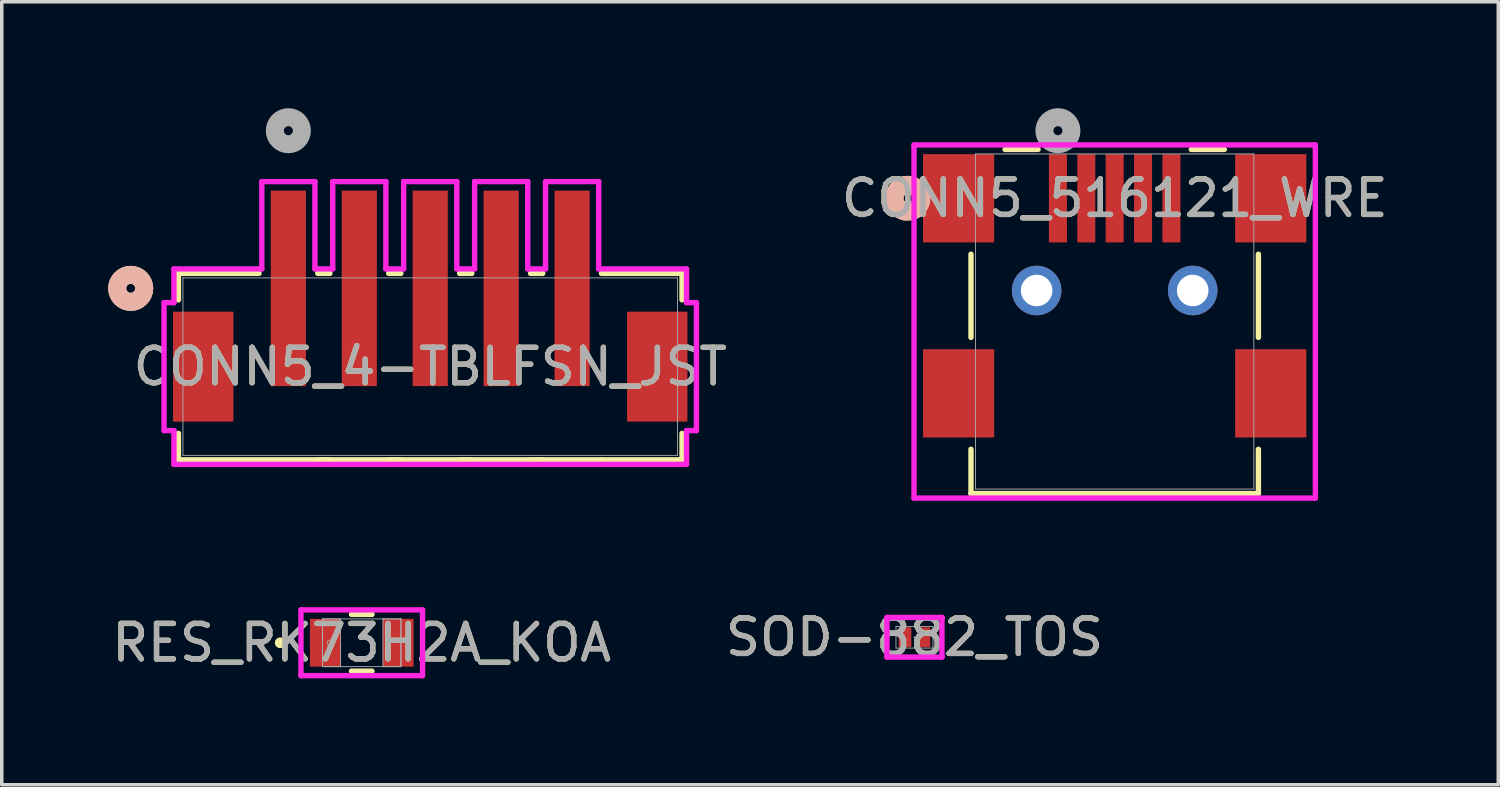
<source format=kicad_pcb>
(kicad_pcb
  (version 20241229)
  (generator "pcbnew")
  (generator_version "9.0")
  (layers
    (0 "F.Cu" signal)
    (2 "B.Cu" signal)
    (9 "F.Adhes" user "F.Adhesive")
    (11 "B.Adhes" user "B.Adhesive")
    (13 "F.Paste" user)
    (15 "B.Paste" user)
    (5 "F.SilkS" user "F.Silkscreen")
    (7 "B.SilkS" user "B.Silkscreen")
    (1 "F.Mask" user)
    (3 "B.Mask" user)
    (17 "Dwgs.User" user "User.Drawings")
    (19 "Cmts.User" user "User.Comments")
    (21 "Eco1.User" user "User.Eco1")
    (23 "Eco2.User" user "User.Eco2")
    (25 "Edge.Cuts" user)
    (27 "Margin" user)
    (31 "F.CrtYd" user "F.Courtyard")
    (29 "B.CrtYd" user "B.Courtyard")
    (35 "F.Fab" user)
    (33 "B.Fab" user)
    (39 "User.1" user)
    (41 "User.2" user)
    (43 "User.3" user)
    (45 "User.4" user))
  (footprint "CONN5_4-TBLFSN_JST"
    (layer "F.Cu")
    (at 5.08 5.08)
    (property "Reference" "CONN5_4-TBLFSN_JST" (at 4 2.207 0) (unlocked yes) (layer "F.SilkS") (effects (font (size 1 1) (thickness 0.15))))
    (attr smd)
    (fp_line (start -3.099 -0.422) (end -3.099 0.324) (stroke (width 0.152) (type solid)) (layer "F.SilkS"))
    (fp_line (start -3.099 4.089) (end -3.099 4.835) (stroke (width 0.152) (type solid)) (layer "F.SilkS"))
    (fp_line (start -3.099 4.835) (end 8.828 4.835) (stroke (width 0.152) (type solid)) (layer "F.SilkS"))
    (fp_line (start -0.828 -0.422) (end -3.099 -0.422) (stroke (width 0.152) (type solid)) (layer "F.SilkS"))
    (fp_line (start 0.828 4.835) (end 1.172 4.835) (stroke (width 0.152) (type solid)) (layer "F.SilkS"))
    (fp_line (start 1.172 -0.422) (end 0.828 -0.422) (stroke (width 0.152) (type solid)) (layer "F.SilkS"))
    (fp_line (start 2.828 4.835) (end 3.172 4.835) (stroke (width 0.152) (type solid)) (layer "F.SilkS"))
    (fp_line (start 3.172 -0.422) (end 2.828 -0.422) (stroke (width 0.152) (type solid)) (layer "F.SilkS"))
    (fp_line (start 4.828 4.835) (end 5.172 4.835) (stroke (width 0.152) (type solid)) (layer "F.SilkS"))
    (fp_line (start 5.172 -0.422) (end 4.828 -0.422) (stroke (width 0.152) (type solid)) (layer "F.SilkS"))
    (fp_line (start 6.828 4.835) (end 7.172 4.835) (stroke (width 0.152) (type solid)) (layer "F.SilkS"))
    (fp_line (start 7.172 -0.422) (end 6.828 -0.422) (stroke (width 0.152) (type solid)) (layer "F.SilkS"))
    (fp_line (start 8.828 4.835) (end 11.099 4.835) (stroke (width 0.152) (type solid)) (layer "F.SilkS"))
    (fp_line (start 11.099 -0.422) (end 8.828 -0.422) (stroke (width 0.152) (type solid)) (layer "F.SilkS"))
    (fp_line (start 11.099 0.324) (end 11.099 -0.422) (stroke (width 0.152) (type solid)) (layer "F.SilkS"))
    (fp_line (start 11.099 4.835) (end 11.099 4.089) (stroke (width 0.152) (type solid)) (layer "F.SilkS"))
    (fp_circle (center -4.445 0) (end -4.064 0) (stroke (width 0.508) (type solid)) (fill no) (layer "F.SilkS"))
    (fp_circle (center -4.445 0) (end -4.064 0) (stroke (width 0.508) (type solid)) (fill no) (layer "B.SilkS"))
    (fp_line (start -3.505 0.403) (end -3.505 4.01) (stroke (width 0.152) (type solid)) (layer "F.CrtYd"))
    (fp_line (start -3.505 4.01) (end -3.226 4.01) (stroke (width 0.152) (type solid)) (layer "F.CrtYd"))
    (fp_line (start -3.226 -0.549) (end -3.226 0.403) (stroke (width 0.152) (type solid)) (layer "F.CrtYd"))
    (fp_line (start -3.226 0.403) (end -3.505 0.403) (stroke (width 0.152) (type solid)) (layer "F.CrtYd"))
    (fp_line (start -3.226 4.01) (end -3.226 4.962) (stroke (width 0.152) (type solid)) (layer "F.CrtYd"))
    (fp_line (start -3.226 4.962) (end 11.226 4.962) (stroke (width 0.152) (type solid)) (layer "F.CrtYd"))
    (fp_line (start -0.749 -3.01) (end -0.749 -0.549) (stroke (width 0.152) (type solid)) (layer "F.CrtYd"))
    (fp_line (start -0.749 -0.549) (end -3.226 -0.549) (stroke (width 0.152) (type solid)) (layer "F.CrtYd"))
    (fp_line (start 0.749 -3.01) (end -0.749 -3.01) (stroke (width 0.152) (type solid)) (layer "F.CrtYd"))
    (fp_line (start 0.749 -0.549) (end 0.749 -3.01) (stroke (width 0.152) (type solid)) (layer "F.CrtYd"))
    (fp_line (start 1.251 -3.01) (end 1.251 -0.549) (stroke (width 0.152) (type solid)) (layer "F.CrtYd"))
    (fp_line (start 1.251 -0.549) (end 0.749 -0.549) (stroke (width 0.152) (type solid)) (layer "F.CrtYd"))
    (fp_line (start 2.749 -3.01) (end 1.251 -3.01) (stroke (width 0.152) (type solid)) (layer "F.CrtYd"))
    (fp_line (start 2.749 -0.549) (end 2.749 -3.01) (stroke (width 0.152) (type solid)) (layer "F.CrtYd"))
    (fp_line (start 3.251 -3.01) (end 3.251 -0.549) (stroke (width 0.152) (type solid)) (layer "F.CrtYd"))
    (fp_line (start 3.251 -0.549) (end 2.749 -0.549) (stroke (width 0.152) (type solid)) (layer "F.CrtYd"))
    (fp_line (start 4.749 -3.01) (end 3.251 -3.01) (stroke (width 0.152) (type solid)) (layer "F.CrtYd"))
    (fp_line (start 4.749 -0.549) (end 4.749 -3.01) (stroke (width 0.152) (type solid)) (layer "F.CrtYd"))
    (fp_line (start 5.251 -3.01) (end 5.251 -0.549) (stroke (width 0.152) (type solid)) (layer "F.CrtYd"))
    (fp_line (start 5.251 -0.549) (end 4.749 -0.549) (stroke (width 0.152) (type solid)) (layer "F.CrtYd"))
    (fp_line (start 6.749 -3.01) (end 5.251 -3.01) (stroke (width 0.152) (type solid)) (layer "F.CrtYd"))
    (fp_line (start 6.749 -0.549) (end 6.749 -3.01) (stroke (width 0.152) (type solid)) (layer "F.CrtYd"))
    (fp_line (start 7.251 -3.01) (end 7.251 -0.549) (stroke (width 0.152) (type solid)) (layer "F.CrtYd"))
    (fp_line (start 7.251 -0.549) (end 6.749 -0.549) (stroke (width 0.152) (type solid)) (layer "F.CrtYd"))
    (fp_line (start 8.749 -3.01) (end 7.251 -3.01) (stroke (width 0.152) (type solid)) (layer "F.CrtYd"))
    (fp_line (start 8.749 -0.549) (end 8.749 -3.01) (stroke (width 0.152) (type solid)) (layer "F.CrtYd"))
    (fp_line (start 11.226 -0.549) (end 8.749 -0.549) (stroke (width 0.152) (type solid)) (layer "F.CrtYd"))
    (fp_line (start 11.226 0.403) (end 11.226 -0.549) (stroke (width 0.152) (type solid)) (layer "F.CrtYd"))
    (fp_line (start 11.226 4.01) (end 11.505 4.01) (stroke (width 0.152) (type solid)) (layer "F.CrtYd"))
    (fp_line (start 11.226 4.962) (end 11.226 4.01) (stroke (width 0.152) (type solid)) (layer "F.CrtYd"))
    (fp_line (start 11.505 0.403) (end 11.226 0.403) (stroke (width 0.152) (type solid)) (layer "F.CrtYd"))
    (fp_line (start 11.505 4.01) (end 11.505 0.403) (stroke (width 0.152) (type solid)) (layer "F.CrtYd"))
    (fp_line (start -2.972 -0.295) (end -2.972 4.708) (stroke (width 0.025) (type solid)) (layer "F.Fab"))
    (fp_line (start -2.972 4.708) (end 10.972 4.708) (stroke (width 0.025) (type solid)) (layer "F.Fab"))
    (fp_line (start 10.972 -0.295) (end -2.972 -0.295) (stroke (width 0.025) (type solid)) (layer "F.Fab"))
    (fp_line (start 10.972 4.708) (end 10.972 -0.295) (stroke (width 0.025) (type solid)) (layer "F.Fab"))
    (fp_circle (center 0 -4.445) (end 0.381 -4.445) (stroke (width 0.508) (type solid)) (fill no) (layer "F.Fab"))
    (fp_text user "${REFERENCE}" (at 4 2.207 0) (unlocked yes) (layer "F.Fab") (effects (font (size 1 1) (thickness 0.15))))
    (pad "1" smd rect (at 0 0) (size 0.991 5.512) (layers "F.Cu" "F.Mask" "F.Paste"))
    (pad "2" smd rect (at 2 0) (size 0.991 5.512) (layers "F.Cu" "F.Mask" "F.Paste"))
    (pad "3" smd rect (at 4 0) (size 0.991 5.512) (layers "F.Cu" "F.Mask" "F.Paste"))
    (pad "4" smd rect (at 6 0) (size 0.991 5.512) (layers "F.Cu" "F.Mask" "F.Paste"))
    (pad "5" smd rect (at 8 0) (size 0.991 5.512) (layers "F.Cu" "F.Mask" "F.Paste"))
    (pad "6" smd rect (at -2.4 2.207 90) (size 3.099 1.702) (layers "F.Cu" "F.Mask" "F.Paste"))
    (pad "7" smd rect (at 10.4 2.207 90) (size 3.099 1.702) (layers "F.Cu" "F.Mask" "F.Paste")))
  (footprint "SOD-882_TOS"
    (layer "F.Cu")
    (at 22.732 14.917)
    (property "Reference" "SOD-882_TOS" (at 0 0 0) (unlocked yes) (layer "F.SilkS") (effects (font (size 1 1) (thickness 0.15))))
    (attr smd)
    (fp_line (start -0.775 -0.559) (end 0.775 -0.559) (stroke (width 0.152) (type solid)) (layer "F.CrtYd"))
    (fp_line (start -0.775 -0.533) (end -0.775 -0.559) (stroke (width 0.152) (type solid)) (layer "F.CrtYd"))
    (fp_line (start -0.775 -0.533) (end -0.775 -0.533) (stroke (width 0.152) (type solid)) (layer "F.CrtYd"))
    (fp_line (start -0.775 0.533) (end -0.775 -0.533) (stroke (width 0.152) (type solid)) (layer "F.CrtYd"))
    (fp_line (start -0.775 0.533) (end -0.775 0.533) (stroke (width 0.152) (type solid)) (layer "F.CrtYd"))
    (fp_line (start -0.775 0.559) (end -0.775 0.533) (stroke (width 0.152) (type solid)) (layer "F.CrtYd"))
    (fp_line (start 0.775 -0.559) (end 0.775 -0.533) (stroke (width 0.152) (type solid)) (layer "F.CrtYd"))
    (fp_line (start 0.775 -0.533) (end 0.775 -0.533) (stroke (width 0.152) (type solid)) (layer "F.CrtYd"))
    (fp_line (start 0.775 -0.533) (end 0.775 0.533) (stroke (width 0.152) (type solid)) (layer "F.CrtYd"))
    (fp_line (start 0.775 0.533) (end 0.775 0.533) (stroke (width 0.152) (type solid)) (layer "F.CrtYd"))
    (fp_line (start 0.775 0.533) (end 0.775 0.559) (stroke (width 0.152) (type solid)) (layer "F.CrtYd"))
    (fp_line (start 0.775 0.559) (end -0.775 0.559) (stroke (width 0.152) (type solid)) (layer "F.CrtYd"))
    (fp_line (start -0.521 -0.305) (end -0.521 0.305) (stroke (width 0.025) (type solid)) (layer "F.Fab"))
    (fp_line (start -0.521 0.305) (end 0.521 0.305) (stroke (width 0.025) (type solid)) (layer "F.Fab"))
    (fp_line (start 0.521 -0.305) (end -0.521 -0.305) (stroke (width 0.025) (type solid)) (layer "F.Fab"))
    (fp_line (start 0.521 0.305) (end 0.521 -0.305) (stroke (width 0.025) (type solid)) (layer "F.Fab"))
    (fp_circle (center 0 0) (end 0 0) (stroke (width 0.025) (type solid)) (fill no) (layer "F.Fab"))
    (fp_text user "${REFERENCE}" (at 0 0 0) (unlocked yes) (layer "F.Fab") (effects (font (size 1 1) (thickness 0.15))))
    (pad "1" smd rect (at -0.267 0) (size 0.356 0.559) (layers "F.Cu" "F.Mask" "F.Paste"))
    (pad "2" smd rect (at 0.267 0) (size 0.356 0.559) (layers "F.Cu" "F.Mask" "F.Paste")))
  (footprint "CONN5_516121_WRE"
    (layer "F.Cu")
    (at 26.777 2.54)
    (property "Reference" "CONN5_516121_WRE" (at 1.6 0 0) (unlocked yes) (layer "F.SilkS") (effects (font (size 1 1) (thickness 0.15))))
    (attr smd)
    (fp_line (start -2.451 1.577) (end -2.451 3.923) (stroke (width 0.152) (type solid)) (layer "F.SilkS"))
    (fp_line (start -2.451 7.077) (end -2.451 8.326) (stroke (width 0.152) (type solid)) (layer "F.SilkS"))
    (fp_line (start -2.451 8.326) (end 5.652 8.326) (stroke (width 0.152) (type solid)) (layer "F.SilkS"))
    (fp_line (start -0.559 -1.377) (end -1.491 -1.377) (stroke (width 0.152) (type solid)) (layer "F.SilkS"))
    (fp_line (start 4.692 -1.377) (end 3.76 -1.377) (stroke (width 0.152) (type solid)) (layer "F.SilkS"))
    (fp_line (start 5.652 3.923) (end 5.652 1.577) (stroke (width 0.152) (type solid)) (layer "F.SilkS"))
    (fp_line (start 5.652 8.326) (end 5.652 7.077) (stroke (width 0.152) (type solid)) (layer "F.SilkS"))
    (fp_arc (start -4.313638 0.371503) (mid -4.6101 0) (end -4.313639 -0.371503) (stroke (width 0.508) (type solid)) (layer "F.SilkS"))
    (fp_circle (center -4.229 0) (end -3.848 0) (stroke (width 0.508) (type solid)) (fill no) (layer "B.SilkS"))
    (fp_line (start -4.057 -1.504) (end -4.057 8.453) (stroke (width 0.152) (type solid)) (layer "F.CrtYd"))
    (fp_line (start -4.057 8.453) (end 7.258 8.453) (stroke (width 0.152) (type solid)) (layer "F.CrtYd"))
    (fp_line (start 7.258 -1.504) (end -4.057 -1.504) (stroke (width 0.152) (type solid)) (layer "F.CrtYd"))
    (fp_line (start 7.258 8.453) (end 7.258 -1.504) (stroke (width 0.152) (type solid)) (layer "F.CrtYd"))
    (fp_line (start -2.324 -1.25) (end -2.324 8.199) (stroke (width 0.025) (type solid)) (layer "F.Fab"))
    (fp_line (start -2.324 8.199) (end 5.524 8.199) (stroke (width 0.025) (type solid)) (layer "F.Fab"))
    (fp_line (start 5.524 -1.25) (end -2.324 -1.25) (stroke (width 0.025) (type solid)) (layer "F.Fab"))
    (fp_line (start 5.524 8.199) (end 5.524 -1.25) (stroke (width 0.025) (type solid)) (layer "F.Fab"))
    (fp_circle (center 0 -1.905) (end 0.381 -1.905) (stroke (width 0.508) (type solid)) (fill no) (layer "F.Fab"))
    (fp_text user "${REFERENCE}" (at 1.6 0 0) (unlocked yes) (layer "F.Fab") (effects (font (size 1 1) (thickness 0.15))))
    (pad "1" smd rect (at 0 0) (size 0.508 2.489) (layers "F.Cu" "F.Mask" "F.Paste"))
    (pad "2" smd rect (at 0.8 0) (size 0.508 2.489) (layers "F.Cu" "F.Mask" "F.Paste"))
    (pad "3" smd rect (at 1.6 0) (size 0.508 2.489) (layers "F.Cu" "F.Mask" "F.Paste"))
    (pad "4" smd rect (at 2.4 0) (size 0.508 2.489) (layers "F.Cu" "F.Mask" "F.Paste"))
    (pad "5" smd rect (at 3.2 0) (size 0.508 2.489) (layers "F.Cu" "F.Mask" "F.Paste"))
    (pad "6" smd rect (at -2.8 0) (size 2.007 2.489) (layers "F.Cu" "F.Mask" "F.Paste"))
    (pad "7" smd rect (at 6 0) (size 2.007 2.489) (layers "F.Cu" "F.Mask" "F.Paste"))
    (pad "8" smd rect (at -2.8 5.5) (size 2.007 2.489) (layers "F.Cu" "F.Mask" "F.Paste"))
    (pad "9" smd rect (at 6 5.5) (size 2.007 2.489) (layers "F.Cu" "F.Mask" "F.Paste"))
    (pad "10" thru_hole circle (at -0.6 2.6) (size 1.397 1.397) (drill 0.889) (layers "*.Cu" "*.Mask"))
    (pad "11" thru_hole circle (at 3.8 2.6) (size 1.397 1.397) (drill 0.889) (layers "*.Cu" "*.Mask")))
  (footprint "RES_RK73H2A_KOA"
    (layer "F.Cu")
    (at 7.149 15.072)
    (property "Reference" "RES_RK73H2A_KOA" (at 0 0 0) (unlocked yes) (layer "F.SilkS") (effects (font (size 1 1) (thickness 0.15))))
    (attr smd)
    (fp_line (start -0.289 0.8) (end 0.289 0.8) (stroke (width 0.152) (type solid)) (layer "F.SilkS"))
    (fp_line (start 0.289 -0.8) (end -0.289 -0.8) (stroke (width 0.152) (type solid)) (layer "F.SilkS"))
    (fp_circle (center -2.299 0) (end -2.223 0) (stroke (width 0.152) (type solid)) (fill no) (layer "F.SilkS"))
    (fp_line (start -1.714 -0.927) (end 1.714 -0.927) (stroke (width 0.152) (type solid)) (layer "F.CrtYd"))
    (fp_line (start -1.714 0.927) (end -1.714 -0.927) (stroke (width 0.152) (type solid)) (layer "F.CrtYd"))
    (fp_line (start 1.714 -0.927) (end 1.714 0.927) (stroke (width 0.152) (type solid)) (layer "F.CrtYd"))
    (fp_line (start 1.714 0.927) (end -1.714 0.927) (stroke (width 0.152) (type solid)) (layer "F.CrtYd"))
    (fp_line (start -1.105 -0.673) (end -1.105 0.673) (stroke (width 0.025) (type solid)) (layer "F.Fab"))
    (fp_line (start -1.105 -0.673) (end -1.105 0.673) (stroke (width 0.025) (type solid)) (layer "F.Fab"))
    (fp_line (start -1.105 0.673) (end -0.597 0.673) (stroke (width 0.025) (type solid)) (layer "F.Fab"))
    (fp_line (start -1.105 0.673) (end 1.105 0.673) (stroke (width 0.025) (type solid)) (layer "F.Fab"))
    (fp_line (start -0.597 -0.673) (end -1.105 -0.673) (stroke (width 0.025) (type solid)) (layer "F.Fab"))
    (fp_line (start -0.597 0.673) (end -0.597 -0.673) (stroke (width 0.025) (type solid)) (layer "F.Fab"))
    (fp_line (start 0.597 -0.673) (end 0.597 0.673) (stroke (width 0.025) (type solid)) (layer "F.Fab"))
    (fp_line (start 0.597 0.673) (end 1.105 0.673) (stroke (width 0.025) (type solid)) (layer "F.Fab"))
    (fp_line (start 1.105 -0.673) (end -1.105 -0.673) (stroke (width 0.025) (type solid)) (layer "F.Fab"))
    (fp_line (start 1.105 -0.673) (end 0.597 -0.673) (stroke (width 0.025) (type solid)) (layer "F.Fab"))
    (fp_line (start 1.105 0.673) (end 1.105 -0.673) (stroke (width 0.025) (type solid)) (layer "F.Fab"))
    (fp_line (start 1.105 0.673) (end 1.105 -0.673) (stroke (width 0.025) (type solid)) (layer "F.Fab"))
    (fp_circle (center -0.902 0) (end -0.826 0) (stroke (width 0.025) (type solid)) (fill no) (layer "F.Fab"))
    (fp_text user "${REFERENCE}" (at 0 0 0) (unlocked yes) (layer "F.Fab") (effects (font (size 1 1) (thickness 0.15))))
    (pad "1" smd rect (at -1.029 0) (size 0.864 1.346) (layers "F.Cu" "F.Mask" "F.Paste"))
    (pad "2" smd rect (at 1.029 0) (size 0.864 1.346) (layers "F.Cu" "F.Mask" "F.Paste"))
    (zone (net_name "") (layer "F.Cu") (hatch full 0.508) (connect_pads) (min_thickness 0.254) (filled_areas_thickness no) (keepout (tracks not_allowed) (vias not_allowed) (pads allowed) (copperpour not_allowed) (footprints allowed)) (placement (enabled no)) (fill) (polygon (pts (xy 6.603 14.45) (xy 7.695 14.45) (xy 7.695 15.695) (xy 6.603 15.695)))))
  (gr_rect
    (start -3 -3)
    (end 39.193 19.076)
    (stroke (width 0.1) (type default))
    (fill no)
    (layer "Edge.Cuts")))
</source>
